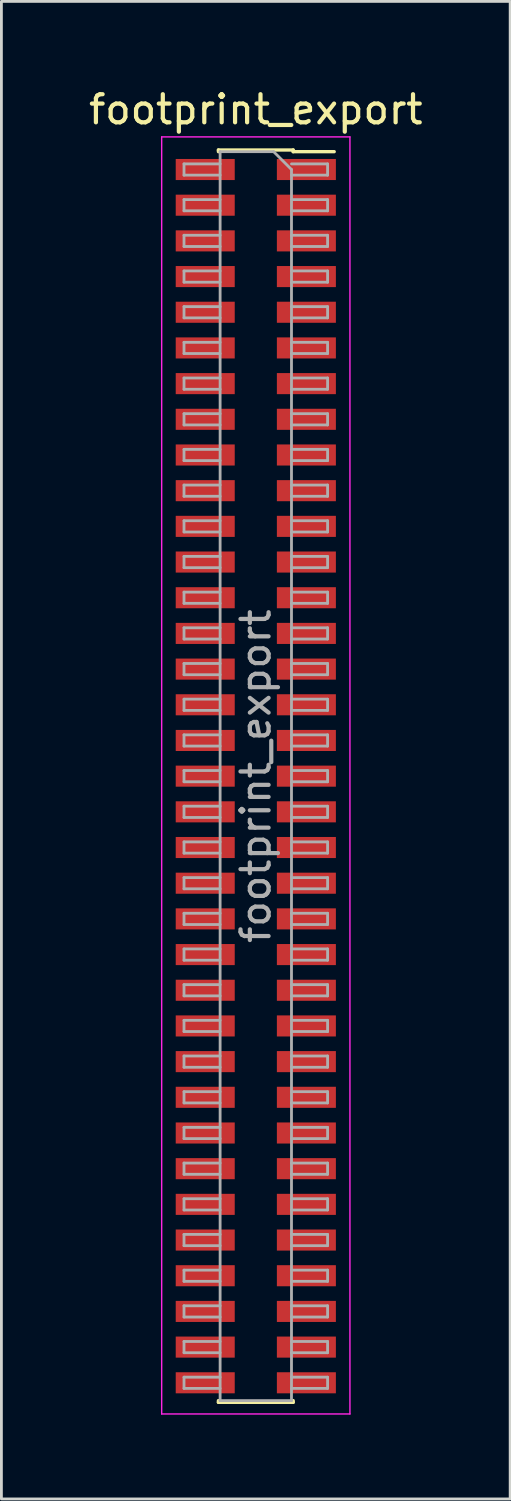
<source format=kicad_pcb>
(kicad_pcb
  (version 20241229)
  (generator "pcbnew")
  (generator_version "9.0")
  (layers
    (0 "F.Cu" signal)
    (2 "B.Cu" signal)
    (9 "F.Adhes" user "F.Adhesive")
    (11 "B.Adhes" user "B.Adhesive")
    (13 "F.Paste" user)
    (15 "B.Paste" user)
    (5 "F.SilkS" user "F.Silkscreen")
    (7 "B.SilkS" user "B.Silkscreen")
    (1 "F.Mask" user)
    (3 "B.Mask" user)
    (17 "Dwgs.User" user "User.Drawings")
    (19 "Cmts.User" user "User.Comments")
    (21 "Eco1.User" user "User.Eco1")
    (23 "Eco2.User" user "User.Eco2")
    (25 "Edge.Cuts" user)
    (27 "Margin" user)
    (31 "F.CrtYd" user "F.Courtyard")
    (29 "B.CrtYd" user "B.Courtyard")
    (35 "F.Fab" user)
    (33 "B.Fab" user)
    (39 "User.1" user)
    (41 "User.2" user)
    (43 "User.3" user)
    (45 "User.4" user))
  (footprint "footprint_export"
    (layer "F.Cu")
    (at 6.054 24.573)
    (property "Reference" "footprint_export" (at 0 -23.725 0) (layer "F.SilkS") (effects (font (size 1 1) (thickness 0.15))))
    (attr smd)
    (fp_line (start -1.33 -22.285) (end -1.33 -22.225) (stroke (width 0.12) (type solid)) (layer "F.SilkS"))
    (fp_line (start -1.33 -22.285) (end 1.33 -22.285) (stroke (width 0.12) (type solid)) (layer "F.SilkS"))
    (fp_line (start -1.33 22.225) (end -1.33 22.285) (stroke (width 0.12) (type solid)) (layer "F.SilkS"))
    (fp_line (start -1.33 22.285) (end 1.33 22.285) (stroke (width 0.12) (type solid)) (layer "F.SilkS"))
    (fp_line (start 1.33 -22.285) (end 1.33 -22.225) (stroke (width 0.12) (type solid)) (layer "F.SilkS"))
    (fp_line (start 1.33 -22.225) (end 2.79 -22.225) (stroke (width 0.12) (type solid)) (layer "F.SilkS"))
    (fp_line (start 1.33 22.225) (end 1.33 22.285) (stroke (width 0.12) (type solid)) (layer "F.SilkS"))
    (fp_line (start -3.35 -22.75) (end 3.35 -22.75) (stroke (width 0.05) (type solid)) (layer "F.CrtYd"))
    (fp_line (start -3.35 22.7) (end -3.35 -22.75) (stroke (width 0.05) (type solid)) (layer "F.CrtYd"))
    (fp_line (start 3.35 -22.75) (end 3.35 22.7) (stroke (width 0.05) (type solid)) (layer "F.CrtYd"))
    (fp_line (start 3.35 22.7) (end -3.35 22.7) (stroke (width 0.05) (type solid)) (layer "F.CrtYd"))
    (fp_line (start -2.555 -21.79) (end -1.27 -21.79) (stroke (width 0.1) (type solid)) (layer "F.Fab"))
    (fp_line (start -2.555 -21.39) (end -2.555 -21.79) (stroke (width 0.1) (type solid)) (layer "F.Fab"))
    (fp_line (start -2.555 -20.52) (end -1.27 -20.52) (stroke (width 0.1) (type solid)) (layer "F.Fab"))
    (fp_line (start -2.555 -20.12) (end -2.555 -20.52) (stroke (width 0.1) (type solid)) (layer "F.Fab"))
    (fp_line (start -2.555 -19.25) (end -1.27 -19.25) (stroke (width 0.1) (type solid)) (layer "F.Fab"))
    (fp_line (start -2.555 -18.85) (end -2.555 -19.25) (stroke (width 0.1) (type solid)) (layer "F.Fab"))
    (fp_line (start -2.555 -17.98) (end -1.27 -17.98) (stroke (width 0.1) (type solid)) (layer "F.Fab"))
    (fp_line (start -2.555 -17.58) (end -2.555 -17.98) (stroke (width 0.1) (type solid)) (layer "F.Fab"))
    (fp_line (start -2.555 -16.71) (end -1.27 -16.71) (stroke (width 0.1) (type solid)) (layer "F.Fab"))
    (fp_line (start -2.555 -16.31) (end -2.555 -16.71) (stroke (width 0.1) (type solid)) (layer "F.Fab"))
    (fp_line (start -2.555 -15.44) (end -1.27 -15.44) (stroke (width 0.1) (type solid)) (layer "F.Fab"))
    (fp_line (start -2.555 -15.04) (end -2.555 -15.44) (stroke (width 0.1) (type solid)) (layer "F.Fab"))
    (fp_line (start -2.555 -14.17) (end -1.27 -14.17) (stroke (width 0.1) (type solid)) (layer "F.Fab"))
    (fp_line (start -2.555 -13.77) (end -2.555 -14.17) (stroke (width 0.1) (type solid)) (layer "F.Fab"))
    (fp_line (start -2.555 -12.9) (end -1.27 -12.9) (stroke (width 0.1) (type solid)) (layer "F.Fab"))
    (fp_line (start -2.555 -12.5) (end -2.555 -12.9) (stroke (width 0.1) (type solid)) (layer "F.Fab"))
    (fp_line (start -2.555 -11.63) (end -1.27 -11.63) (stroke (width 0.1) (type solid)) (layer "F.Fab"))
    (fp_line (start -2.555 -11.23) (end -2.555 -11.63) (stroke (width 0.1) (type solid)) (layer "F.Fab"))
    (fp_line (start -2.555 -10.36) (end -1.27 -10.36) (stroke (width 0.1) (type solid)) (layer "F.Fab"))
    (fp_line (start -2.555 -9.96) (end -2.555 -10.36) (stroke (width 0.1) (type solid)) (layer "F.Fab"))
    (fp_line (start -2.555 -9.09) (end -1.27 -9.09) (stroke (width 0.1) (type solid)) (layer "F.Fab"))
    (fp_line (start -2.555 -8.69) (end -2.555 -9.09) (stroke (width 0.1) (type solid)) (layer "F.Fab"))
    (fp_line (start -2.555 -7.82) (end -1.27 -7.82) (stroke (width 0.1) (type solid)) (layer "F.Fab"))
    (fp_line (start -2.555 -7.42) (end -2.555 -7.82) (stroke (width 0.1) (type solid)) (layer "F.Fab"))
    (fp_line (start -2.555 -6.55) (end -1.27 -6.55) (stroke (width 0.1) (type solid)) (layer "F.Fab"))
    (fp_line (start -2.555 -6.15) (end -2.555 -6.55) (stroke (width 0.1) (type solid)) (layer "F.Fab"))
    (fp_line (start -2.555 -5.28) (end -1.27 -5.28) (stroke (width 0.1) (type solid)) (layer "F.Fab"))
    (fp_line (start -2.555 -4.88) (end -2.555 -5.28) (stroke (width 0.1) (type solid)) (layer "F.Fab"))
    (fp_line (start -2.555 -4.01) (end -1.27 -4.01) (stroke (width 0.1) (type solid)) (layer "F.Fab"))
    (fp_line (start -2.555 -3.61) (end -2.555 -4.01) (stroke (width 0.1) (type solid)) (layer "F.Fab"))
    (fp_line (start -2.555 -2.74) (end -1.27 -2.74) (stroke (width 0.1) (type solid)) (layer "F.Fab"))
    (fp_line (start -2.555 -2.34) (end -2.555 -2.74) (stroke (width 0.1) (type solid)) (layer "F.Fab"))
    (fp_line (start -2.555 -1.47) (end -1.27 -1.47) (stroke (width 0.1) (type solid)) (layer "F.Fab"))
    (fp_line (start -2.555 -1.07) (end -2.555 -1.47) (stroke (width 0.1) (type solid)) (layer "F.Fab"))
    (fp_line (start -2.555 -0.2) (end -1.27 -0.2) (stroke (width 0.1) (type solid)) (layer "F.Fab"))
    (fp_line (start -2.555 0.2) (end -2.555 -0.2) (stroke (width 0.1) (type solid)) (layer "F.Fab"))
    (fp_line (start -2.555 1.07) (end -1.27 1.07) (stroke (width 0.1) (type solid)) (layer "F.Fab"))
    (fp_line (start -2.555 1.47) (end -2.555 1.07) (stroke (width 0.1) (type solid)) (layer "F.Fab"))
    (fp_line (start -2.555 2.34) (end -1.27 2.34) (stroke (width 0.1) (type solid)) (layer "F.Fab"))
    (fp_line (start -2.555 2.74) (end -2.555 2.34) (stroke (width 0.1) (type solid)) (layer "F.Fab"))
    (fp_line (start -2.555 3.61) (end -1.27 3.61) (stroke (width 0.1) (type solid)) (layer "F.Fab"))
    (fp_line (start -2.555 4.01) (end -2.555 3.61) (stroke (width 0.1) (type solid)) (layer "F.Fab"))
    (fp_line (start -2.555 4.88) (end -1.27 4.88) (stroke (width 0.1) (type solid)) (layer "F.Fab"))
    (fp_line (start -2.555 5.28) (end -2.555 4.88) (stroke (width 0.1) (type solid)) (layer "F.Fab"))
    (fp_line (start -2.555 6.15) (end -1.27 6.15) (stroke (width 0.1) (type solid)) (layer "F.Fab"))
    (fp_line (start -2.555 6.55) (end -2.555 6.15) (stroke (width 0.1) (type solid)) (layer "F.Fab"))
    (fp_line (start -2.555 7.42) (end -1.27 7.42) (stroke (width 0.1) (type solid)) (layer "F.Fab"))
    (fp_line (start -2.555 7.82) (end -2.555 7.42) (stroke (width 0.1) (type solid)) (layer "F.Fab"))
    (fp_line (start -2.555 8.69) (end -1.27 8.69) (stroke (width 0.1) (type solid)) (layer "F.Fab"))
    (fp_line (start -2.555 9.09) (end -2.555 8.69) (stroke (width 0.1) (type solid)) (layer "F.Fab"))
    (fp_line (start -2.555 9.96) (end -1.27 9.96) (stroke (width 0.1) (type solid)) (layer "F.Fab"))
    (fp_line (start -2.555 10.36) (end -2.555 9.96) (stroke (width 0.1) (type solid)) (layer "F.Fab"))
    (fp_line (start -2.555 11.23) (end -1.27 11.23) (stroke (width 0.1) (type solid)) (layer "F.Fab"))
    (fp_line (start -2.555 11.63) (end -2.555 11.23) (stroke (width 0.1) (type solid)) (layer "F.Fab"))
    (fp_line (start -2.555 12.5) (end -1.27 12.5) (stroke (width 0.1) (type solid)) (layer "F.Fab"))
    (fp_line (start -2.555 12.9) (end -2.555 12.5) (stroke (width 0.1) (type solid)) (layer "F.Fab"))
    (fp_line (start -2.555 13.77) (end -1.27 13.77) (stroke (width 0.1) (type solid)) (layer "F.Fab"))
    (fp_line (start -2.555 14.17) (end -2.555 13.77) (stroke (width 0.1) (type solid)) (layer "F.Fab"))
    (fp_line (start -2.555 15.04) (end -1.27 15.04) (stroke (width 0.1) (type solid)) (layer "F.Fab"))
    (fp_line (start -2.555 15.44) (end -2.555 15.04) (stroke (width 0.1) (type solid)) (layer "F.Fab"))
    (fp_line (start -2.555 16.31) (end -1.27 16.31) (stroke (width 0.1) (type solid)) (layer "F.Fab"))
    (fp_line (start -2.555 16.71) (end -2.555 16.31) (stroke (width 0.1) (type solid)) (layer "F.Fab"))
    (fp_line (start -2.555 17.58) (end -1.27 17.58) (stroke (width 0.1) (type solid)) (layer "F.Fab"))
    (fp_line (start -2.555 17.98) (end -2.555 17.58) (stroke (width 0.1) (type solid)) (layer "F.Fab"))
    (fp_line (start -2.555 18.85) (end -1.27 18.85) (stroke (width 0.1) (type solid)) (layer "F.Fab"))
    (fp_line (start -2.555 19.25) (end -2.555 18.85) (stroke (width 0.1) (type solid)) (layer "F.Fab"))
    (fp_line (start -2.555 20.12) (end -1.27 20.12) (stroke (width 0.1) (type solid)) (layer "F.Fab"))
    (fp_line (start -2.555 20.52) (end -2.555 20.12) (stroke (width 0.1) (type solid)) (layer "F.Fab"))
    (fp_line (start -2.555 21.39) (end -1.27 21.39) (stroke (width 0.1) (type solid)) (layer "F.Fab"))
    (fp_line (start -2.555 21.79) (end -2.555 21.39) (stroke (width 0.1) (type solid)) (layer "F.Fab"))
    (fp_line (start -1.27 -22.225) (end 0.635 -22.225) (stroke (width 0.1) (type solid)) (layer "F.Fab"))
    (fp_line (start -1.27 -21.39) (end -2.555 -21.39) (stroke (width 0.1) (type solid)) (layer "F.Fab"))
    (fp_line (start -1.27 -20.12) (end -2.555 -20.12) (stroke (width 0.1) (type solid)) (layer "F.Fab"))
    (fp_line (start -1.27 -18.85) (end -2.555 -18.85) (stroke (width 0.1) (type solid)) (layer "F.Fab"))
    (fp_line (start -1.27 -17.58) (end -2.555 -17.58) (stroke (width 0.1) (type solid)) (layer "F.Fab"))
    (fp_line (start -1.27 -16.31) (end -2.555 -16.31) (stroke (width 0.1) (type solid)) (layer "F.Fab"))
    (fp_line (start -1.27 -15.04) (end -2.555 -15.04) (stroke (width 0.1) (type solid)) (layer "F.Fab"))
    (fp_line (start -1.27 -13.77) (end -2.555 -13.77) (stroke (width 0.1) (type solid)) (layer "F.Fab"))
    (fp_line (start -1.27 -12.5) (end -2.555 -12.5) (stroke (width 0.1) (type solid)) (layer "F.Fab"))
    (fp_line (start -1.27 -11.23) (end -2.555 -11.23) (stroke (width 0.1) (type solid)) (layer "F.Fab"))
    (fp_line (start -1.27 -9.96) (end -2.555 -9.96) (stroke (width 0.1) (type solid)) (layer "F.Fab"))
    (fp_line (start -1.27 -8.69) (end -2.555 -8.69) (stroke (width 0.1) (type solid)) (layer "F.Fab"))
    (fp_line (start -1.27 -7.42) (end -2.555 -7.42) (stroke (width 0.1) (type solid)) (layer "F.Fab"))
    (fp_line (start -1.27 -6.15) (end -2.555 -6.15) (stroke (width 0.1) (type solid)) (layer "F.Fab"))
    (fp_line (start -1.27 -4.88) (end -2.555 -4.88) (stroke (width 0.1) (type solid)) (layer "F.Fab"))
    (fp_line (start -1.27 -3.61) (end -2.555 -3.61) (stroke (width 0.1) (type solid)) (layer "F.Fab"))
    (fp_line (start -1.27 -2.34) (end -2.555 -2.34) (stroke (width 0.1) (type solid)) (layer "F.Fab"))
    (fp_line (start -1.27 -1.07) (end -2.555 -1.07) (stroke (width 0.1) (type solid)) (layer "F.Fab"))
    (fp_line (start -1.27 0.2) (end -2.555 0.2) (stroke (width 0.1) (type solid)) (layer "F.Fab"))
    (fp_line (start -1.27 1.47) (end -2.555 1.47) (stroke (width 0.1) (type solid)) (layer "F.Fab"))
    (fp_line (start -1.27 2.74) (end -2.555 2.74) (stroke (width 0.1) (type solid)) (layer "F.Fab"))
    (fp_line (start -1.27 4.01) (end -2.555 4.01) (stroke (width 0.1) (type solid)) (layer "F.Fab"))
    (fp_line (start -1.27 5.28) (end -2.555 5.28) (stroke (width 0.1) (type solid)) (layer "F.Fab"))
    (fp_line (start -1.27 6.55) (end -2.555 6.55) (stroke (width 0.1) (type solid)) (layer "F.Fab"))
    (fp_line (start -1.27 7.82) (end -2.555 7.82) (stroke (width 0.1) (type solid)) (layer "F.Fab"))
    (fp_line (start -1.27 9.09) (end -2.555 9.09) (stroke (width 0.1) (type solid)) (layer "F.Fab"))
    (fp_line (start -1.27 10.36) (end -2.555 10.36) (stroke (width 0.1) (type solid)) (layer "F.Fab"))
    (fp_line (start -1.27 11.63) (end -2.555 11.63) (stroke (width 0.1) (type solid)) (layer "F.Fab"))
    (fp_line (start -1.27 12.9) (end -2.555 12.9) (stroke (width 0.1) (type solid)) (layer "F.Fab"))
    (fp_line (start -1.27 14.17) (end -2.555 14.17) (stroke (width 0.1) (type solid)) (layer "F.Fab"))
    (fp_line (start -1.27 15.44) (end -2.555 15.44) (stroke (width 0.1) (type solid)) (layer "F.Fab"))
    (fp_line (start -1.27 16.71) (end -2.555 16.71) (stroke (width 0.1) (type solid)) (layer "F.Fab"))
    (fp_line (start -1.27 17.98) (end -2.555 17.98) (stroke (width 0.1) (type solid)) (layer "F.Fab"))
    (fp_line (start -1.27 19.25) (end -2.555 19.25) (stroke (width 0.1) (type solid)) (layer "F.Fab"))
    (fp_line (start -1.27 20.52) (end -2.555 20.52) (stroke (width 0.1) (type solid)) (layer "F.Fab"))
    (fp_line (start -1.27 21.79) (end -2.555 21.79) (stroke (width 0.1) (type solid)) (layer "F.Fab"))
    (fp_line (start -1.27 22.225) (end -1.27 -22.225) (stroke (width 0.1) (type solid)) (layer "F.Fab"))
    (fp_line (start 0.635 -22.225) (end 1.27 -21.59) (stroke (width 0.1) (type solid)) (layer "F.Fab"))
    (fp_line (start 1.27 -21.79) (end 2.555 -21.79) (stroke (width 0.1) (type solid)) (layer "F.Fab"))
    (fp_line (start 1.27 -21.59) (end 1.27 22.225) (stroke (width 0.1) (type solid)) (layer "F.Fab"))
    (fp_line (start 1.27 -20.52) (end 2.555 -20.52) (stroke (width 0.1) (type solid)) (layer "F.Fab"))
    (fp_line (start 1.27 -19.25) (end 2.555 -19.25) (stroke (width 0.1) (type solid)) (layer "F.Fab"))
    (fp_line (start 1.27 -17.98) (end 2.555 -17.98) (stroke (width 0.1) (type solid)) (layer "F.Fab"))
    (fp_line (start 1.27 -16.71) (end 2.555 -16.71) (stroke (width 0.1) (type solid)) (layer "F.Fab"))
    (fp_line (start 1.27 -15.44) (end 2.555 -15.44) (stroke (width 0.1) (type solid)) (layer "F.Fab"))
    (fp_line (start 1.27 -14.17) (end 2.555 -14.17) (stroke (width 0.1) (type solid)) (layer "F.Fab"))
    (fp_line (start 1.27 -12.9) (end 2.555 -12.9) (stroke (width 0.1) (type solid)) (layer "F.Fab"))
    (fp_line (start 1.27 -11.63) (end 2.555 -11.63) (stroke (width 0.1) (type solid)) (layer "F.Fab"))
    (fp_line (start 1.27 -10.36) (end 2.555 -10.36) (stroke (width 0.1) (type solid)) (layer "F.Fab"))
    (fp_line (start 1.27 -9.09) (end 2.555 -9.09) (stroke (width 0.1) (type solid)) (layer "F.Fab"))
    (fp_line (start 1.27 -7.82) (end 2.555 -7.82) (stroke (width 0.1) (type solid)) (layer "F.Fab"))
    (fp_line (start 1.27 -6.55) (end 2.555 -6.55) (stroke (width 0.1) (type solid)) (layer "F.Fab"))
    (fp_line (start 1.27 -5.28) (end 2.555 -5.28) (stroke (width 0.1) (type solid)) (layer "F.Fab"))
    (fp_line (start 1.27 -4.01) (end 2.555 -4.01) (stroke (width 0.1) (type solid)) (layer "F.Fab"))
    (fp_line (start 1.27 -2.74) (end 2.555 -2.74) (stroke (width 0.1) (type solid)) (layer "F.Fab"))
    (fp_line (start 1.27 -1.47) (end 2.555 -1.47) (stroke (width 0.1) (type solid)) (layer "F.Fab"))
    (fp_line (start 1.27 -0.2) (end 2.555 -0.2) (stroke (width 0.1) (type solid)) (layer "F.Fab"))
    (fp_line (start 1.27 1.07) (end 2.555 1.07) (stroke (width 0.1) (type solid)) (layer "F.Fab"))
    (fp_line (start 1.27 2.34) (end 2.555 2.34) (stroke (width 0.1) (type solid)) (layer "F.Fab"))
    (fp_line (start 1.27 3.61) (end 2.555 3.61) (stroke (width 0.1) (type solid)) (layer "F.Fab"))
    (fp_line (start 1.27 4.88) (end 2.555 4.88) (stroke (width 0.1) (type solid)) (layer "F.Fab"))
    (fp_line (start 1.27 6.15) (end 2.555 6.15) (stroke (width 0.1) (type solid)) (layer "F.Fab"))
    (fp_line (start 1.27 7.42) (end 2.555 7.42) (stroke (width 0.1) (type solid)) (layer "F.Fab"))
    (fp_line (start 1.27 8.69) (end 2.555 8.69) (stroke (width 0.1) (type solid)) (layer "F.Fab"))
    (fp_line (start 1.27 9.96) (end 2.555 9.96) (stroke (width 0.1) (type solid)) (layer "F.Fab"))
    (fp_line (start 1.27 11.23) (end 2.555 11.23) (stroke (width 0.1) (type solid)) (layer "F.Fab"))
    (fp_line (start 1.27 12.5) (end 2.555 12.5) (stroke (width 0.1) (type solid)) (layer "F.Fab"))
    (fp_line (start 1.27 13.77) (end 2.555 13.77) (stroke (width 0.1) (type solid)) (layer "F.Fab"))
    (fp_line (start 1.27 15.04) (end 2.555 15.04) (stroke (width 0.1) (type solid)) (layer "F.Fab"))
    (fp_line (start 1.27 16.31) (end 2.555 16.31) (stroke (width 0.1) (type solid)) (layer "F.Fab"))
    (fp_line (start 1.27 17.58) (end 2.555 17.58) (stroke (width 0.1) (type solid)) (layer "F.Fab"))
    (fp_line (start 1.27 18.85) (end 2.555 18.85) (stroke (width 0.1) (type solid)) (layer "F.Fab"))
    (fp_line (start 1.27 20.12) (end 2.555 20.12) (stroke (width 0.1) (type solid)) (layer "F.Fab"))
    (fp_line (start 1.27 21.39) (end 2.555 21.39) (stroke (width 0.1) (type solid)) (layer "F.Fab"))
    (fp_line (start 1.27 22.225) (end -1.27 22.225) (stroke (width 0.1) (type solid)) (layer "F.Fab"))
    (fp_line (start 2.555 -21.79) (end 2.555 -21.39) (stroke (width 0.1) (type solid)) (layer "F.Fab"))
    (fp_line (start 2.555 -21.39) (end 1.27 -21.39) (stroke (width 0.1) (type solid)) (layer "F.Fab"))
    (fp_line (start 2.555 -20.52) (end 2.555 -20.12) (stroke (width 0.1) (type solid)) (layer "F.Fab"))
    (fp_line (start 2.555 -20.12) (end 1.27 -20.12) (stroke (width 0.1) (type solid)) (layer "F.Fab"))
    (fp_line (start 2.555 -19.25) (end 2.555 -18.85) (stroke (width 0.1) (type solid)) (layer "F.Fab"))
    (fp_line (start 2.555 -18.85) (end 1.27 -18.85) (stroke (width 0.1) (type solid)) (layer "F.Fab"))
    (fp_line (start 2.555 -17.98) (end 2.555 -17.58) (stroke (width 0.1) (type solid)) (layer "F.Fab"))
    (fp_line (start 2.555 -17.58) (end 1.27 -17.58) (stroke (width 0.1) (type solid)) (layer "F.Fab"))
    (fp_line (start 2.555 -16.71) (end 2.555 -16.31) (stroke (width 0.1) (type solid)) (layer "F.Fab"))
    (fp_line (start 2.555 -16.31) (end 1.27 -16.31) (stroke (width 0.1) (type solid)) (layer "F.Fab"))
    (fp_line (start 2.555 -15.44) (end 2.555 -15.04) (stroke (width 0.1) (type solid)) (layer "F.Fab"))
    (fp_line (start 2.555 -15.04) (end 1.27 -15.04) (stroke (width 0.1) (type solid)) (layer "F.Fab"))
    (fp_line (start 2.555 -14.17) (end 2.555 -13.77) (stroke (width 0.1) (type solid)) (layer "F.Fab"))
    (fp_line (start 2.555 -13.77) (end 1.27 -13.77) (stroke (width 0.1) (type solid)) (layer "F.Fab"))
    (fp_line (start 2.555 -12.9) (end 2.555 -12.5) (stroke (width 0.1) (type solid)) (layer "F.Fab"))
    (fp_line (start 2.555 -12.5) (end 1.27 -12.5) (stroke (width 0.1) (type solid)) (layer "F.Fab"))
    (fp_line (start 2.555 -11.63) (end 2.555 -11.23) (stroke (width 0.1) (type solid)) (layer "F.Fab"))
    (fp_line (start 2.555 -11.23) (end 1.27 -11.23) (stroke (width 0.1) (type solid)) (layer "F.Fab"))
    (fp_line (start 2.555 -10.36) (end 2.555 -9.96) (stroke (width 0.1) (type solid)) (layer "F.Fab"))
    (fp_line (start 2.555 -9.96) (end 1.27 -9.96) (stroke (width 0.1) (type solid)) (layer "F.Fab"))
    (fp_line (start 2.555 -9.09) (end 2.555 -8.69) (stroke (width 0.1) (type solid)) (layer "F.Fab"))
    (fp_line (start 2.555 -8.69) (end 1.27 -8.69) (stroke (width 0.1) (type solid)) (layer "F.Fab"))
    (fp_line (start 2.555 -7.82) (end 2.555 -7.42) (stroke (width 0.1) (type solid)) (layer "F.Fab"))
    (fp_line (start 2.555 -7.42) (end 1.27 -7.42) (stroke (width 0.1) (type solid)) (layer "F.Fab"))
    (fp_line (start 2.555 -6.55) (end 2.555 -6.15) (stroke (width 0.1) (type solid)) (layer "F.Fab"))
    (fp_line (start 2.555 -6.15) (end 1.27 -6.15) (stroke (width 0.1) (type solid)) (layer "F.Fab"))
    (fp_line (start 2.555 -5.28) (end 2.555 -4.88) (stroke (width 0.1) (type solid)) (layer "F.Fab"))
    (fp_line (start 2.555 -4.88) (end 1.27 -4.88) (stroke (width 0.1) (type solid)) (layer "F.Fab"))
    (fp_line (start 2.555 -4.01) (end 2.555 -3.61) (stroke (width 0.1) (type solid)) (layer "F.Fab"))
    (fp_line (start 2.555 -3.61) (end 1.27 -3.61) (stroke (width 0.1) (type solid)) (layer "F.Fab"))
    (fp_line (start 2.555 -2.74) (end 2.555 -2.34) (stroke (width 0.1) (type solid)) (layer "F.Fab"))
    (fp_line (start 2.555 -2.34) (end 1.27 -2.34) (stroke (width 0.1) (type solid)) (layer "F.Fab"))
    (fp_line (start 2.555 -1.47) (end 2.555 -1.07) (stroke (width 0.1) (type solid)) (layer "F.Fab"))
    (fp_line (start 2.555 -1.07) (end 1.27 -1.07) (stroke (width 0.1) (type solid)) (layer "F.Fab"))
    (fp_line (start 2.555 -0.2) (end 2.555 0.2) (stroke (width 0.1) (type solid)) (layer "F.Fab"))
    (fp_line (start 2.555 0.2) (end 1.27 0.2) (stroke (width 0.1) (type solid)) (layer "F.Fab"))
    (fp_line (start 2.555 1.07) (end 2.555 1.47) (stroke (width 0.1) (type solid)) (layer "F.Fab"))
    (fp_line (start 2.555 1.47) (end 1.27 1.47) (stroke (width 0.1) (type solid)) (layer "F.Fab"))
    (fp_line (start 2.555 2.34) (end 2.555 2.74) (stroke (width 0.1) (type solid)) (layer "F.Fab"))
    (fp_line (start 2.555 2.74) (end 1.27 2.74) (stroke (width 0.1) (type solid)) (layer "F.Fab"))
    (fp_line (start 2.555 3.61) (end 2.555 4.01) (stroke (width 0.1) (type solid)) (layer "F.Fab"))
    (fp_line (start 2.555 4.01) (end 1.27 4.01) (stroke (width 0.1) (type solid)) (layer "F.Fab"))
    (fp_line (start 2.555 4.88) (end 2.555 5.28) (stroke (width 0.1) (type solid)) (layer "F.Fab"))
    (fp_line (start 2.555 5.28) (end 1.27 5.28) (stroke (width 0.1) (type solid)) (layer "F.Fab"))
    (fp_line (start 2.555 6.15) (end 2.555 6.55) (stroke (width 0.1) (type solid)) (layer "F.Fab"))
    (fp_line (start 2.555 6.55) (end 1.27 6.55) (stroke (width 0.1) (type solid)) (layer "F.Fab"))
    (fp_line (start 2.555 7.42) (end 2.555 7.82) (stroke (width 0.1) (type solid)) (layer "F.Fab"))
    (fp_line (start 2.555 7.82) (end 1.27 7.82) (stroke (width 0.1) (type solid)) (layer "F.Fab"))
    (fp_line (start 2.555 8.69) (end 2.555 9.09) (stroke (width 0.1) (type solid)) (layer "F.Fab"))
    (fp_line (start 2.555 9.09) (end 1.27 9.09) (stroke (width 0.1) (type solid)) (layer "F.Fab"))
    (fp_line (start 2.555 9.96) (end 2.555 10.36) (stroke (width 0.1) (type solid)) (layer "F.Fab"))
    (fp_line (start 2.555 10.36) (end 1.27 10.36) (stroke (width 0.1) (type solid)) (layer "F.Fab"))
    (fp_line (start 2.555 11.23) (end 2.555 11.63) (stroke (width 0.1) (type solid)) (layer "F.Fab"))
    (fp_line (start 2.555 11.63) (end 1.27 11.63) (stroke (width 0.1) (type solid)) (layer "F.Fab"))
    (fp_line (start 2.555 12.5) (end 2.555 12.9) (stroke (width 0.1) (type solid)) (layer "F.Fab"))
    (fp_line (start 2.555 12.9) (end 1.27 12.9) (stroke (width 0.1) (type solid)) (layer "F.Fab"))
    (fp_line (start 2.555 13.77) (end 2.555 14.17) (stroke (width 0.1) (type solid)) (layer "F.Fab"))
    (fp_line (start 2.555 14.17) (end 1.27 14.17) (stroke (width 0.1) (type solid)) (layer "F.Fab"))
    (fp_line (start 2.555 15.04) (end 2.555 15.44) (stroke (width 0.1) (type solid)) (layer "F.Fab"))
    (fp_line (start 2.555 15.44) (end 1.27 15.44) (stroke (width 0.1) (type solid)) (layer "F.Fab"))
    (fp_line (start 2.555 16.31) (end 2.555 16.71) (stroke (width 0.1) (type solid)) (layer "F.Fab"))
    (fp_line (start 2.555 16.71) (end 1.27 16.71) (stroke (width 0.1) (type solid)) (layer "F.Fab"))
    (fp_line (start 2.555 17.58) (end 2.555 17.98) (stroke (width 0.1) (type solid)) (layer "F.Fab"))
    (fp_line (start 2.555 17.98) (end 1.27 17.98) (stroke (width 0.1) (type solid)) (layer "F.Fab"))
    (fp_line (start 2.555 18.85) (end 2.555 19.25) (stroke (width 0.1) (type solid)) (layer "F.Fab"))
    (fp_line (start 2.555 19.25) (end 1.27 19.25) (stroke (width 0.1) (type solid)) (layer "F.Fab"))
    (fp_line (start 2.555 20.12) (end 2.555 20.52) (stroke (width 0.1) (type solid)) (layer "F.Fab"))
    (fp_line (start 2.555 20.52) (end 1.27 20.52) (stroke (width 0.1) (type solid)) (layer "F.Fab"))
    (fp_line (start 2.555 21.39) (end 2.555 21.79) (stroke (width 0.1) (type solid)) (layer "F.Fab"))
    (fp_line (start 2.555 21.79) (end 1.27 21.79) (stroke (width 0.1) (type solid)) (layer "F.Fab"))
    (fp_text user "${REFERENCE}" (at 0 0 90) (layer "F.Fab") (effects (font (size 1 1) (thickness 0.15))))
    (pad "1" smd rect (at 1.8 -21.59) (size 2.1 0.75) (layers "F.Cu" "F.Mask" "F.Paste"))
    (pad "2" smd rect (at -1.8 -21.59) (size 2.1 0.75) (layers "F.Cu" "F.Mask" "F.Paste"))
    (pad "3" smd rect (at 1.8 -20.32) (size 2.1 0.75) (layers "F.Cu" "F.Mask" "F.Paste"))
    (pad "4" smd rect (at -1.8 -20.32) (size 2.1 0.75) (layers "F.Cu" "F.Mask" "F.Paste"))
    (pad "5" smd rect (at 1.8 -19.05) (size 2.1 0.75) (layers "F.Cu" "F.Mask" "F.Paste"))
    (pad "6" smd rect (at -1.8 -19.05) (size 2.1 0.75) (layers "F.Cu" "F.Mask" "F.Paste"))
    (pad "7" smd rect (at 1.8 -17.78) (size 2.1 0.75) (layers "F.Cu" "F.Mask" "F.Paste"))
    (pad "8" smd rect (at -1.8 -17.78) (size 2.1 0.75) (layers "F.Cu" "F.Mask" "F.Paste"))
    (pad "9" smd rect (at 1.8 -16.51) (size 2.1 0.75) (layers "F.Cu" "F.Mask" "F.Paste"))
    (pad "10" smd rect (at -1.8 -16.51) (size 2.1 0.75) (layers "F.Cu" "F.Mask" "F.Paste"))
    (pad "11" smd rect (at 1.8 -15.24) (size 2.1 0.75) (layers "F.Cu" "F.Mask" "F.Paste"))
    (pad "12" smd rect (at -1.8 -15.24) (size 2.1 0.75) (layers "F.Cu" "F.Mask" "F.Paste"))
    (pad "13" smd rect (at 1.8 -13.97) (size 2.1 0.75) (layers "F.Cu" "F.Mask" "F.Paste"))
    (pad "14" smd rect (at -1.8 -13.97) (size 2.1 0.75) (layers "F.Cu" "F.Mask" "F.Paste"))
    (pad "15" smd rect (at 1.8 -12.7) (size 2.1 0.75) (layers "F.Cu" "F.Mask" "F.Paste"))
    (pad "16" smd rect (at -1.8 -12.7) (size 2.1 0.75) (layers "F.Cu" "F.Mask" "F.Paste"))
    (pad "17" smd rect (at 1.8 -11.43) (size 2.1 0.75) (layers "F.Cu" "F.Mask" "F.Paste"))
    (pad "18" smd rect (at -1.8 -11.43) (size 2.1 0.75) (layers "F.Cu" "F.Mask" "F.Paste"))
    (pad "19" smd rect (at 1.8 -10.16) (size 2.1 0.75) (layers "F.Cu" "F.Mask" "F.Paste"))
    (pad "20" smd rect (at -1.8 -10.16) (size 2.1 0.75) (layers "F.Cu" "F.Mask" "F.Paste"))
    (pad "21" smd rect (at 1.8 -8.89) (size 2.1 0.75) (layers "F.Cu" "F.Mask" "F.Paste"))
    (pad "22" smd rect (at -1.8 -8.89) (size 2.1 0.75) (layers "F.Cu" "F.Mask" "F.Paste"))
    (pad "23" smd rect (at 1.8 -7.62) (size 2.1 0.75) (layers "F.Cu" "F.Mask" "F.Paste"))
    (pad "24" smd rect (at -1.8 -7.62) (size 2.1 0.75) (layers "F.Cu" "F.Mask" "F.Paste"))
    (pad "25" smd rect (at 1.8 -6.35) (size 2.1 0.75) (layers "F.Cu" "F.Mask" "F.Paste"))
    (pad "26" smd rect (at -1.8 -6.35) (size 2.1 0.75) (layers "F.Cu" "F.Mask" "F.Paste"))
    (pad "27" smd rect (at 1.8 -5.08) (size 2.1 0.75) (layers "F.Cu" "F.Mask" "F.Paste"))
    (pad "28" smd rect (at -1.8 -5.08) (size 2.1 0.75) (layers "F.Cu" "F.Mask" "F.Paste"))
    (pad "29" smd rect (at 1.8 -3.81) (size 2.1 0.75) (layers "F.Cu" "F.Mask" "F.Paste"))
    (pad "30" smd rect (at -1.8 -3.81) (size 2.1 0.75) (layers "F.Cu" "F.Mask" "F.Paste"))
    (pad "31" smd rect (at 1.8 -2.54) (size 2.1 0.75) (layers "F.Cu" "F.Mask" "F.Paste"))
    (pad "32" smd rect (at -1.8 -2.54) (size 2.1 0.75) (layers "F.Cu" "F.Mask" "F.Paste"))
    (pad "33" smd rect (at 1.8 -1.27) (size 2.1 0.75) (layers "F.Cu" "F.Mask" "F.Paste"))
    (pad "34" smd rect (at -1.8 -1.27) (size 2.1 0.75) (layers "F.Cu" "F.Mask" "F.Paste"))
    (pad "35" smd rect (at 1.8 0) (size 2.1 0.75) (layers "F.Cu" "F.Mask" "F.Paste"))
    (pad "36" smd rect (at -1.8 0) (size 2.1 0.75) (layers "F.Cu" "F.Mask" "F.Paste"))
    (pad "37" smd rect (at 1.8 1.27) (size 2.1 0.75) (layers "F.Cu" "F.Mask" "F.Paste"))
    (pad "38" smd rect (at -1.8 1.27) (size 2.1 0.75) (layers "F.Cu" "F.Mask" "F.Paste"))
    (pad "39" smd rect (at 1.8 2.54) (size 2.1 0.75) (layers "F.Cu" "F.Mask" "F.Paste"))
    (pad "40" smd rect (at -1.8 2.54) (size 2.1 0.75) (layers "F.Cu" "F.Mask" "F.Paste"))
    (pad "41" smd rect (at 1.8 3.81) (size 2.1 0.75) (layers "F.Cu" "F.Mask" "F.Paste"))
    (pad "42" smd rect (at -1.8 3.81) (size 2.1 0.75) (layers "F.Cu" "F.Mask" "F.Paste"))
    (pad "43" smd rect (at 1.8 5.08) (size 2.1 0.75) (layers "F.Cu" "F.Mask" "F.Paste"))
    (pad "44" smd rect (at -1.8 5.08) (size 2.1 0.75) (layers "F.Cu" "F.Mask" "F.Paste"))
    (pad "45" smd rect (at 1.8 6.35) (size 2.1 0.75) (layers "F.Cu" "F.Mask" "F.Paste"))
    (pad "46" smd rect (at -1.8 6.35) (size 2.1 0.75) (layers "F.Cu" "F.Mask" "F.Paste"))
    (pad "47" smd rect (at 1.8 7.62) (size 2.1 0.75) (layers "F.Cu" "F.Mask" "F.Paste"))
    (pad "48" smd rect (at -1.8 7.62) (size 2.1 0.75) (layers "F.Cu" "F.Mask" "F.Paste"))
    (pad "49" smd rect (at 1.8 8.89) (size 2.1 0.75) (layers "F.Cu" "F.Mask" "F.Paste"))
    (pad "50" smd rect (at -1.8 8.89) (size 2.1 0.75) (layers "F.Cu" "F.Mask" "F.Paste"))
    (pad "51" smd rect (at 1.8 10.16) (size 2.1 0.75) (layers "F.Cu" "F.Mask" "F.Paste"))
    (pad "52" smd rect (at -1.8 10.16) (size 2.1 0.75) (layers "F.Cu" "F.Mask" "F.Paste"))
    (pad "53" smd rect (at 1.8 11.43) (size 2.1 0.75) (layers "F.Cu" "F.Mask" "F.Paste"))
    (pad "54" smd rect (at -1.8 11.43) (size 2.1 0.75) (layers "F.Cu" "F.Mask" "F.Paste"))
    (pad "55" smd rect (at 1.8 12.7) (size 2.1 0.75) (layers "F.Cu" "F.Mask" "F.Paste"))
    (pad "56" smd rect (at -1.8 12.7) (size 2.1 0.75) (layers "F.Cu" "F.Mask" "F.Paste"))
    (pad "57" smd rect (at 1.8 13.97) (size 2.1 0.75) (layers "F.Cu" "F.Mask" "F.Paste"))
    (pad "58" smd rect (at -1.8 13.97) (size 2.1 0.75) (layers "F.Cu" "F.Mask" "F.Paste"))
    (pad "59" smd rect (at 1.8 15.24) (size 2.1 0.75) (layers "F.Cu" "F.Mask" "F.Paste"))
    (pad "60" smd rect (at -1.8 15.24) (size 2.1 0.75) (layers "F.Cu" "F.Mask" "F.Paste"))
    (pad "61" smd rect (at 1.8 16.51) (size 2.1 0.75) (layers "F.Cu" "F.Mask" "F.Paste"))
    (pad "62" smd rect (at -1.8 16.51) (size 2.1 0.75) (layers "F.Cu" "F.Mask" "F.Paste"))
    (pad "63" smd rect (at 1.8 17.78) (size 2.1 0.75) (layers "F.Cu" "F.Mask" "F.Paste"))
    (pad "64" smd rect (at -1.8 17.78) (size 2.1 0.75) (layers "F.Cu" "F.Mask" "F.Paste"))
    (pad "65" smd rect (at 1.8 19.05) (size 2.1 0.75) (layers "F.Cu" "F.Mask" "F.Paste"))
    (pad "66" smd rect (at -1.8 19.05) (size 2.1 0.75) (layers "F.Cu" "F.Mask" "F.Paste"))
    (pad "67" smd rect (at 1.8 20.32) (size 2.1 0.75) (layers "F.Cu" "F.Mask" "F.Paste"))
    (pad "68" smd rect (at -1.8 20.32) (size 2.1 0.75) (layers "F.Cu" "F.Mask" "F.Paste"))
    (pad "69" smd rect (at 1.8 21.59) (size 2.1 0.75) (layers "F.Cu" "F.Mask" "F.Paste"))
    (pad "70" smd rect (at -1.8 21.59) (size 2.1 0.75) (layers "F.Cu" "F.Mask" "F.Paste")))
  (gr_rect
    (start -3 -3)
    (end 15.107 50.298)
    (stroke (width 0.1) (type default))
    (fill no)
    (layer "Edge.Cuts")))
</source>
